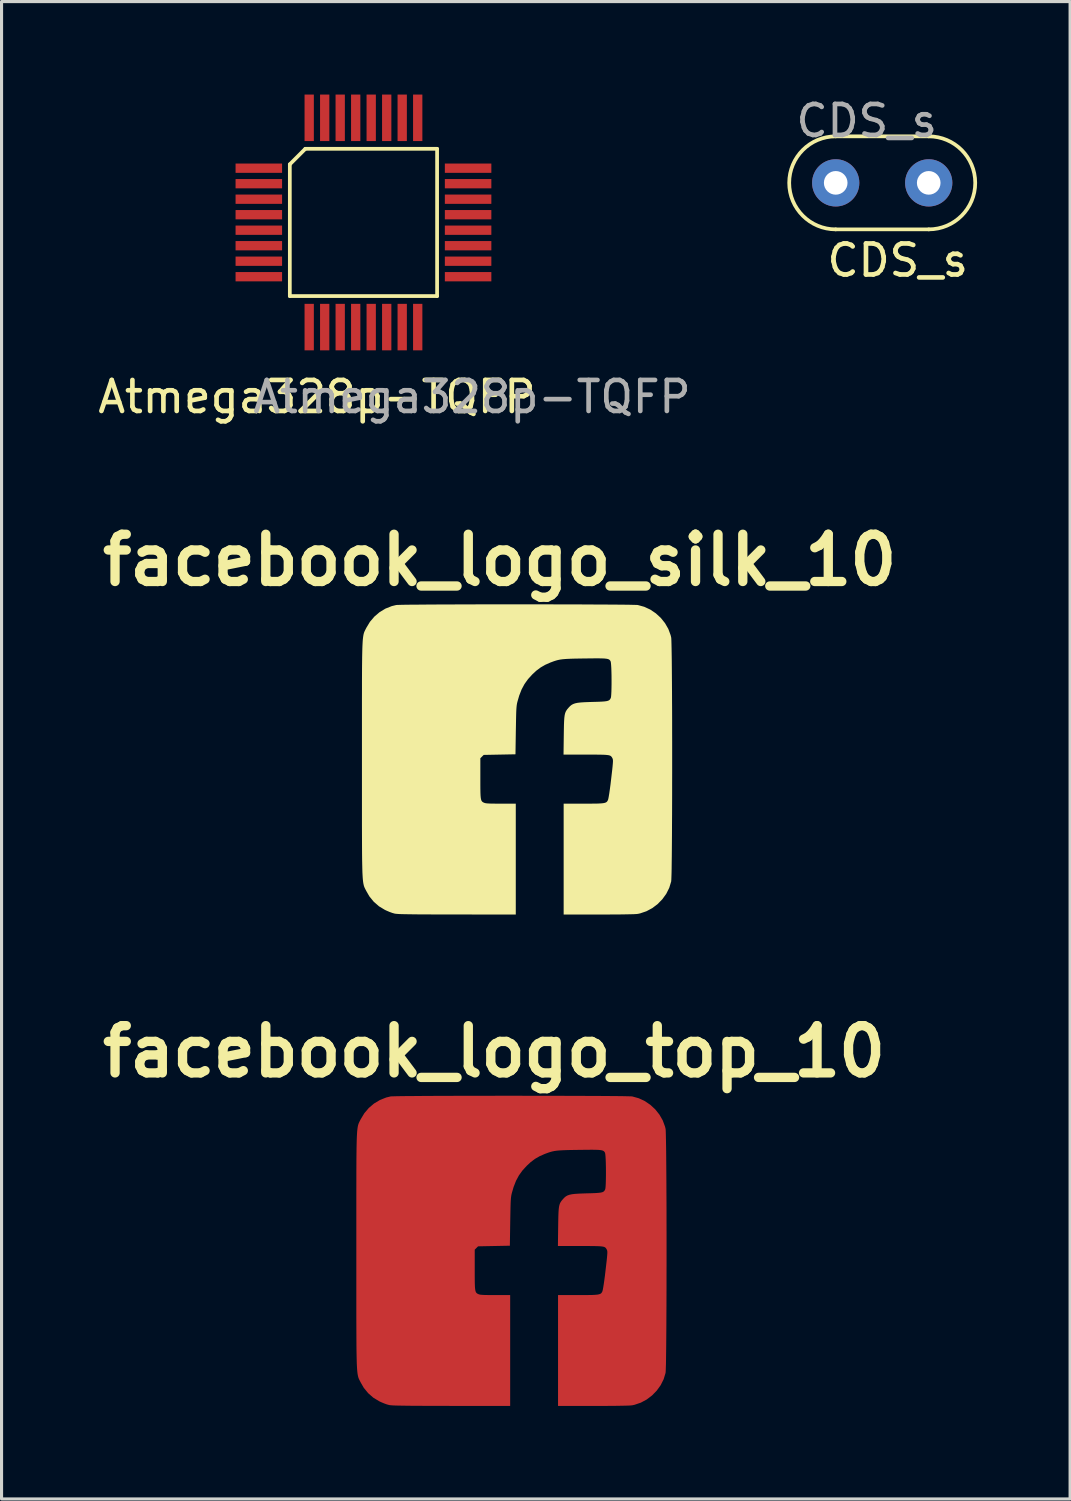
<source format=kicad_pcb>
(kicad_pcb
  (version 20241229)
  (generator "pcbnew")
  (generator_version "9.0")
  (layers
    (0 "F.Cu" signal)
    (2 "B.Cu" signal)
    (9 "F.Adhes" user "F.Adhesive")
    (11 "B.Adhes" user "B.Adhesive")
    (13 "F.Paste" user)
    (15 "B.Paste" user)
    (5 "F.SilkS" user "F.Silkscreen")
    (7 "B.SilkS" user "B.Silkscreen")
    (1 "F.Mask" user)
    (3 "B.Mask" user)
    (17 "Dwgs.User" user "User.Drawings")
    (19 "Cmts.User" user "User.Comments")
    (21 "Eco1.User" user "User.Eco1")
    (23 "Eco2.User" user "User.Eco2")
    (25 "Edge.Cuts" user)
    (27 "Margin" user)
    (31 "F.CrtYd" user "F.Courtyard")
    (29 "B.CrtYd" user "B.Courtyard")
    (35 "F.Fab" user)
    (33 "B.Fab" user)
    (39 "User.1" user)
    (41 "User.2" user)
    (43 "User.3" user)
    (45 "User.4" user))
  (footprint "CDS_s"
    (layer "F.Cu")
    (at 25.405 2.848)
    (property "Reference" "CDS_s" (at 0.5 2.5 0) (unlocked yes) (layer "F.SilkS") (effects (font (size 1 1) (thickness 0.15))))
    (attr through_hole)
    (fp_line (start -1.5 1.5) (end 1.5 1.5) (stroke (width 0.12) (type solid)) (layer "F.SilkS"))
    (fp_line (start 1.5 -1.5) (end -1.5 -1.5) (stroke (width 0.12) (type solid)) (layer "F.SilkS"))
    (fp_arc (start -1.5 1.5) (mid -3 0) (end -1.5 -1.5) (stroke (width 0.12) (type solid)) (layer "F.SilkS"))
    (fp_arc (start 1.5 -1.5) (mid 3 0) (end 1.5 1.5) (stroke (width 0.12) (type solid)) (layer "F.SilkS"))
    (fp_text user "${REFERENCE}" (at -0.5 -2 0) (unlocked yes) (layer "F.Fab") (effects (font (size 1 1) (thickness 0.15))))
    (pad "1" thru_hole circle (at -1.5 0) (size 1.524 1.524) (drill 0.762) (layers "*.Cu" "*.Mask"))
    (pad "2" thru_hole circle (at 1.5 0) (size 1.524 1.524) (drill 0.762) (layers "*.Cu" "*.Mask")))
  (footprint "Atmega328p-TQFP"
    (layer "F.Cu")
    (at 8.673 4.125)
    (property "Reference" "Atmega328p-TQFP" (at -1.5 5.625 0) (unlocked yes) (layer "F.SilkS") (effects (font (size 1 1) (thickness 0.15))))
    (attr smd)
    (fp_line (start -2.375 -1.875) (end -2.375 2.375) (stroke (width 0.12) (type solid)) (layer "F.SilkS"))
    (fp_line (start -2.375 2.375) (end 2.375 2.375) (stroke (width 0.12) (type solid)) (layer "F.SilkS"))
    (fp_line (start -1.875 -2.375) (end -2.375 -1.875) (stroke (width 0.12) (type solid)) (layer "F.SilkS"))
    (fp_line (start 2.375 -2.375) (end -1.875 -2.375) (stroke (width 0.12) (type solid)) (layer "F.SilkS"))
    (fp_line (start 2.375 2.375) (end 2.375 -2.375) (stroke (width 0.12) (type solid)) (layer "F.SilkS"))
    (fp_text user "${REFERENCE}" (at 3.5 5.625 0) (unlocked yes) (layer "F.Fab") (effects (font (size 1 1) (thickness 0.15))))
    (pad "1" smd rect (at -3.375 -1.75) (size 1.5 0.3) (layers "F.Cu" "F.Mask" "F.Paste"))
    (pad "2" smd rect (at -3.375 -1.25) (size 1.5 0.3) (layers "F.Cu" "F.Mask" "F.Paste"))
    (pad "3" smd rect (at -3.375 -0.75) (size 1.5 0.3) (layers "F.Cu" "F.Mask" "F.Paste"))
    (pad "4" smd rect (at -3.375 -0.25) (size 1.5 0.3) (layers "F.Cu" "F.Mask" "F.Paste"))
    (pad "5" smd rect (at -3.375 0.25) (size 1.5 0.3) (layers "F.Cu" "F.Mask" "F.Paste"))
    (pad "6" smd rect (at -3.375 0.75) (size 1.5 0.3) (layers "F.Cu" "F.Mask" "F.Paste"))
    (pad "7" smd rect (at -3.375 1.25) (size 1.5 0.3) (layers "F.Cu" "F.Mask" "F.Paste"))
    (pad "8" smd rect (at -3.375 1.75) (size 1.5 0.3) (layers "F.Cu" "F.Mask" "F.Paste"))
    (pad "9" smd rect (at -1.75 3.375 90) (size 1.5 0.3) (layers "F.Cu" "F.Mask" "F.Paste"))
    (pad "10" smd rect (at -1.25 3.375 90) (size 1.5 0.3) (layers "F.Cu" "F.Mask" "F.Paste"))
    (pad "11" smd rect (at -0.75 3.375 90) (size 1.5 0.3) (layers "F.Cu" "F.Mask" "F.Paste"))
    (pad "12" smd rect (at -0.25 3.375 90) (size 1.5 0.3) (layers "F.Cu" "F.Mask" "F.Paste"))
    (pad "13" smd rect (at 0.25 3.375 90) (size 1.5 0.3) (layers "F.Cu" "F.Mask" "F.Paste"))
    (pad "14" smd rect (at 0.75 3.375 90) (size 1.5 0.3) (layers "F.Cu" "F.Mask" "F.Paste"))
    (pad "15" smd rect (at 1.25 3.375 90) (size 1.5 0.3) (layers "F.Cu" "F.Mask" "F.Paste"))
    (pad "16" smd rect (at 1.75 3.375 90) (size 1.5 0.3) (layers "F.Cu" "F.Mask" "F.Paste"))
    (pad "17" smd rect (at 3.375 1.75) (size 1.5 0.3) (layers "F.Cu" "F.Mask" "F.Paste"))
    (pad "18" smd rect (at 3.375 1.25) (size 1.5 0.3) (layers "F.Cu" "F.Mask" "F.Paste"))
    (pad "19" smd rect (at 3.375 0.75) (size 1.5 0.3) (layers "F.Cu" "F.Mask" "F.Paste"))
    (pad "20" smd rect (at 3.375 0.25) (size 1.5 0.3) (layers "F.Cu" "F.Mask" "F.Paste"))
    (pad "21" smd rect (at 3.375 -0.25) (size 1.5 0.3) (layers "F.Cu" "F.Mask" "F.Paste"))
    (pad "22" smd rect (at 3.375 -0.75) (size 1.5 0.3) (layers "F.Cu" "F.Mask" "F.Paste"))
    (pad "23" smd rect (at 3.375 -1.25) (size 1.5 0.3) (layers "F.Cu" "F.Mask" "F.Paste"))
    (pad "24" smd rect (at 3.375 -1.75) (size 1.5 0.3) (layers "F.Cu" "F.Mask" "F.Paste"))
    (pad "25" smd rect (at 1.75 -3.375 90) (size 1.5 0.3) (layers "F.Cu" "F.Mask" "F.Paste"))
    (pad "26" smd rect (at 1.25 -3.375 90) (size 1.5 0.3) (layers "F.Cu" "F.Mask" "F.Paste"))
    (pad "27" smd rect (at 0.75 -3.375 90) (size 1.5 0.3) (layers "F.Cu" "F.Mask" "F.Paste"))
    (pad "28" smd rect (at 0.25 -3.375 90) (size 1.5 0.3) (layers "F.Cu" "F.Mask" "F.Paste"))
    (pad "29" smd rect (at -0.25 -3.375 90) (size 1.5 0.3) (layers "F.Cu" "F.Mask" "F.Paste"))
    (pad "30" smd rect (at -0.75 -3.375 90) (size 1.5 0.3) (layers "F.Cu" "F.Mask" "F.Paste"))
    (pad "31" smd rect (at -1.25 -3.375 90) (size 1.5 0.3) (layers "F.Cu" "F.Mask" "F.Paste"))
    (pad "32" smd rect (at -1.75 -3.375 90) (size 1.5 0.3) (layers "F.Cu" "F.Mask" "F.Paste")))
  (footprint "facebook_logo_silk_10"
    (layer "F.Cu")
    (at 10.53 21.366)
    (property "Reference" "facebook_logo_silk_10" (at 2.54 -6.35 0) (layer "F.SilkS") (effects (font (size 1.524 1.524) (thickness 0.3))))
    (attr board_only exclude_from_pos_files exclude_from_bom)
    (fp_poly (pts (xy 3.522 -4.923) (xy 3.86 -4.923) (xy 4.193 -4.923) (xy 4.518 -4.922) (xy 4.834 -4.921) (xy 5.137 -4.921) (xy 5.426 -4.919) (xy 5.697 -4.918) (xy 5.95 -4.917) (xy 6.181 -4.915) (xy 6.388 -4.914) (xy 6.568 -4.912) (xy 6.721 -4.91) (xy 6.842 -4.907) (xy 6.93 -4.905) (xy 6.982 -4.903) (xy 6.995 -4.901) (xy 7.201 -4.844) (xy 7.395 -4.754) (xy 7.574 -4.633) (xy 7.734 -4.486) (xy 7.869 -4.317) (xy 7.976 -4.131) (xy 8.05 -3.931) (xy 8.068 -3.858) (xy 8.072 -3.82) (xy 8.075 -3.746) (xy 8.078 -3.637) (xy 8.081 -3.496) (xy 8.084 -3.326) (xy 8.087 -3.128) (xy 8.089 -2.905) (xy 8.091 -2.659) (xy 8.093 -2.393) (xy 8.095 -2.109) (xy 8.096 -1.81) (xy 8.098 -1.497) (xy 8.099 -1.173) (xy 8.099 -0.84) (xy 8.1 -0.501) (xy 8.1 -0.159) (xy 8.1 0.186) (xy 8.1 0.53) (xy 8.099 0.87) (xy 8.099 1.206) (xy 8.098 1.533) (xy 8.097 1.85) (xy 8.095 2.155) (xy 8.094 2.446) (xy 8.092 2.719) (xy 8.09 2.972) (xy 8.088 3.204) (xy 8.085 3.412) (xy 8.083 3.593) (xy 8.08 3.746) (xy 8.076 3.867) (xy 8.073 3.955) (xy 8.069 4.006) (xy 8.068 4.016) (xy 8.006 4.22) (xy 7.91 4.412) (xy 7.784 4.587) (xy 7.633 4.742) (xy 7.461 4.873) (xy 7.271 4.975) (xy 7.068 5.044) (xy 6.995 5.06) (xy 6.946 5.065) (xy 6.859 5.07) (xy 6.735 5.073) (xy 6.576 5.076) (xy 6.383 5.079) (xy 6.156 5.08) (xy 5.898 5.081) (xy 5.739 5.081) (xy 4.6 5.081) (xy 4.6 1.506) (xy 5.235 1.506) (xy 5.425 1.505) (xy 5.58 1.504) (xy 5.704 1.502) (xy 5.8 1.497) (xy 5.873 1.49) (xy 5.927 1.479) (xy 5.965 1.465) (xy 5.992 1.446) (xy 6.011 1.422) (xy 6.027 1.392) (xy 6.03 1.386) (xy 6.041 1.347) (xy 6.055 1.274) (xy 6.072 1.169) (xy 6.091 1.037) (xy 6.112 0.881) (xy 6.132 0.711) (xy 6.152 0.539) (xy 6.168 0.402) (xy 6.179 0.295) (xy 6.186 0.214) (xy 6.19 0.154) (xy 6.19 0.111) (xy 6.187 0.081) (xy 6.181 0.059) (xy 6.175 0.044) (xy 6.159 0.014) (xy 6.142 -0.01) (xy 6.122 -0.03) (xy 6.093 -0.046) (xy 6.053 -0.057) (xy 5.997 -0.065) (xy 5.921 -0.071) (xy 5.822 -0.074) (xy 5.696 -0.076) (xy 5.539 -0.077) (xy 5.348 -0.077) (xy 4.596 -0.077) (xy 4.604 -0.697) (xy 4.607 -0.886) (xy 4.61 -1.041) (xy 4.615 -1.165) (xy 4.622 -1.264) (xy 4.632 -1.343) (xy 4.646 -1.405) (xy 4.664 -1.456) (xy 4.688 -1.499) (xy 4.717 -1.541) (xy 4.754 -1.584) (xy 4.758 -1.589) (xy 4.804 -1.638) (xy 4.851 -1.677) (xy 4.904 -1.707) (xy 4.968 -1.73) (xy 5.048 -1.747) (xy 5.15 -1.759) (xy 5.277 -1.767) (xy 5.436 -1.773) (xy 5.528 -1.776) (xy 5.688 -1.78) (xy 5.814 -1.785) (xy 5.91 -1.792) (xy 5.981 -1.801) (xy 6.032 -1.814) (xy 6.068 -1.832) (xy 6.093 -1.855) (xy 6.111 -1.886) (xy 6.121 -1.905) (xy 6.129 -1.943) (xy 6.135 -2.013) (xy 6.14 -2.109) (xy 6.143 -2.225) (xy 6.145 -2.353) (xy 6.145 -2.489) (xy 6.144 -2.624) (xy 6.141 -2.754) (xy 6.137 -2.871) (xy 6.131 -2.968) (xy 6.124 -3.041) (xy 6.116 -3.081) (xy 6.115 -3.084) (xy 6.1 -3.11) (xy 6.082 -3.131) (xy 6.058 -3.148) (xy 6.023 -3.161) (xy 5.975 -3.17) (xy 5.908 -3.177) (xy 5.819 -3.18) (xy 5.704 -3.182) (xy 5.56 -3.181) (xy 5.383 -3.179) (xy 5.28 -3.178) (xy 5.08 -3.175) (xy 4.914 -3.172) (xy 4.776 -3.167) (xy 4.663 -3.161) (xy 4.568 -3.153) (xy 4.487 -3.142) (xy 4.414 -3.127) (xy 4.345 -3.108) (xy 4.275 -3.085) (xy 4.198 -3.056) (xy 4.175 -3.048) (xy 4.005 -2.973) (xy 3.858 -2.888) (xy 3.719 -2.784) (xy 3.592 -2.666) (xy 3.452 -2.513) (xy 3.338 -2.354) (xy 3.244 -2.179) (xy 3.167 -1.982) (xy 3.112 -1.793) (xy 3.101 -1.749) (xy 3.092 -1.705) (xy 3.085 -1.656) (xy 3.079 -1.598) (xy 3.074 -1.527) (xy 3.07 -1.438) (xy 3.067 -1.326) (xy 3.064 -1.188) (xy 3.061 -1.019) (xy 3.058 -0.858) (xy 3.046 -0.087) (xy 2.021 -0.067) (xy 1.967 -0.013) (xy 1.913 0.041) (xy 1.913 0.692) (xy 1.913 0.88) (xy 1.914 1.033) (xy 1.916 1.154) (xy 1.92 1.249) (xy 1.927 1.32) (xy 1.937 1.372) (xy 1.95 1.409) (xy 1.968 1.435) (xy 1.99 1.454) (xy 2.018 1.469) (xy 2.031 1.475) (xy 2.059 1.485) (xy 2.097 1.493) (xy 2.151 1.498) (xy 2.227 1.502) (xy 2.328 1.504) (xy 2.46 1.505) (xy 2.576 1.506) (xy 3.056 1.506) (xy 3.056 5.081) (xy 1.166 5.08) (xy 0.84 5.079) (xy 0.55 5.079) (xy 0.295 5.078) (xy 0.073 5.077) (xy -0.12 5.076) (xy -0.284 5.074) (xy -0.423 5.072) (xy -0.539 5.07) (xy -0.633 5.068) (xy -0.708 5.065) (xy -0.767 5.061) (xy -0.811 5.057) (xy -0.843 5.053) (xy -0.851 5.051) (xy -0.926 5.03) (xy -1.019 4.996) (xy -1.117 4.954) (xy -1.164 4.932) (xy -1.358 4.815) (xy -1.525 4.669) (xy -1.666 4.496) (xy -1.757 4.338) (xy -1.775 4.304) (xy -1.791 4.274) (xy -1.805 4.246) (xy -1.819 4.218) (xy -1.831 4.189) (xy -1.842 4.158) (xy -1.851 4.121) (xy -1.86 4.079) (xy -1.868 4.028) (xy -1.875 3.968) (xy -1.881 3.897) (xy -1.886 3.813) (xy -1.891 3.714) (xy -1.894 3.598) (xy -1.897 3.465) (xy -1.9 3.312) (xy -1.902 3.138) (xy -1.903 2.94) (xy -1.904 2.718) (xy -1.905 2.47) (xy -1.906 2.193) (xy -1.906 1.887) (xy -1.906 1.549) (xy -1.906 1.178) (xy -1.906 0.772) (xy -1.906 0.329) (xy -1.906 0.079) (xy -1.906 -0.383) (xy -1.906 -0.808) (xy -1.906 -1.197) (xy -1.906 -1.553) (xy -1.906 -1.875) (xy -1.905 -2.168) (xy -1.905 -2.431) (xy -1.904 -2.667) (xy -1.903 -2.877) (xy -1.901 -3.063) (xy -1.899 -3.227) (xy -1.896 -3.371) (xy -1.893 -3.495) (xy -1.889 -3.602) (xy -1.884 -3.694) (xy -1.879 -3.772) (xy -1.872 -3.837) (xy -1.865 -3.892) (xy -1.857 -3.939) (xy -1.848 -3.978) (xy -1.838 -4.011) (xy -1.827 -4.041) (xy -1.814 -4.068) (xy -1.801 -4.095) (xy -1.786 -4.124) (xy -1.77 -4.155) (xy -1.762 -4.171) (xy -1.647 -4.361) (xy -1.503 -4.53) (xy -1.335 -4.673) (xy -1.147 -4.786) (xy -0.943 -4.867) (xy -0.804 -4.901) (xy -0.77 -4.904) (xy -0.7 -4.906) (xy -0.595 -4.909) (xy -0.458 -4.911) (xy -0.291 -4.913) (xy -0.097 -4.914) (xy 0.122 -4.916) (xy 0.364 -4.918) (xy 0.627 -4.919) (xy 0.907 -4.92) (xy 1.203 -4.921) (xy 1.513 -4.922) (xy 1.834 -4.923) (xy 2.163 -4.923) (xy 2.499 -4.923) (xy 2.839 -4.924) (xy 3.181 -4.924)) (stroke (width 0) (type solid)) (fill yes) (layer "F.SilkS")))
  (footprint "facebook_logo_top_10"
    (layer "F.Cu")
    (at 10.349 37.216)
    (property "Reference" "facebook_logo_top_10" (at 2.54 -6.35 0) (layer "F.SilkS") (effects (font (size 1.524 1.524) (thickness 0.3))))
    (attr board_only exclude_from_pos_files exclude_from_bom)
    (fp_poly (pts (xy 3.522 -4.923) (xy 3.86 -4.923) (xy 4.193 -4.923) (xy 4.518 -4.922) (xy 4.834 -4.921) (xy 5.137 -4.921) (xy 5.426 -4.919) (xy 5.697 -4.918) (xy 5.95 -4.917) (xy 6.181 -4.915) (xy 6.388 -4.914) (xy 6.568 -4.912) (xy 6.721 -4.91) (xy 6.842 -4.907) (xy 6.93 -4.905) (xy 6.982 -4.903) (xy 6.995 -4.901) (xy 7.201 -4.844) (xy 7.395 -4.754) (xy 7.574 -4.633) (xy 7.734 -4.486) (xy 7.869 -4.317) (xy 7.976 -4.131) (xy 8.05 -3.931) (xy 8.068 -3.858) (xy 8.072 -3.82) (xy 8.075 -3.746) (xy 8.078 -3.637) (xy 8.081 -3.496) (xy 8.084 -3.326) (xy 8.087 -3.128) (xy 8.089 -2.905) (xy 8.091 -2.659) (xy 8.093 -2.393) (xy 8.095 -2.109) (xy 8.096 -1.81) (xy 8.098 -1.497) (xy 8.099 -1.173) (xy 8.099 -0.84) (xy 8.1 -0.501) (xy 8.1 -0.159) (xy 8.1 0.186) (xy 8.1 0.53) (xy 8.099 0.87) (xy 8.099 1.206) (xy 8.098 1.533) (xy 8.097 1.85) (xy 8.095 2.155) (xy 8.094 2.446) (xy 8.092 2.719) (xy 8.09 2.972) (xy 8.088 3.204) (xy 8.085 3.412) (xy 8.083 3.593) (xy 8.08 3.746) (xy 8.076 3.867) (xy 8.073 3.955) (xy 8.069 4.006) (xy 8.068 4.016) (xy 8.006 4.22) (xy 7.91 4.412) (xy 7.784 4.587) (xy 7.633 4.742) (xy 7.461 4.873) (xy 7.271 4.975) (xy 7.068 5.044) (xy 6.995 5.06) (xy 6.946 5.065) (xy 6.859 5.07) (xy 6.735 5.073) (xy 6.576 5.076) (xy 6.383 5.079) (xy 6.156 5.08) (xy 5.898 5.081) (xy 5.739 5.081) (xy 4.6 5.081) (xy 4.6 1.506) (xy 5.235 1.506) (xy 5.425 1.505) (xy 5.58 1.504) (xy 5.704 1.502) (xy 5.8 1.497) (xy 5.873 1.49) (xy 5.927 1.479) (xy 5.965 1.465) (xy 5.992 1.446) (xy 6.011 1.422) (xy 6.027 1.392) (xy 6.03 1.386) (xy 6.041 1.347) (xy 6.055 1.274) (xy 6.072 1.169) (xy 6.091 1.037) (xy 6.112 0.881) (xy 6.132 0.711) (xy 6.152 0.539) (xy 6.168 0.402) (xy 6.179 0.295) (xy 6.186 0.214) (xy 6.19 0.154) (xy 6.19 0.111) (xy 6.187 0.081) (xy 6.181 0.059) (xy 6.175 0.044) (xy 6.159 0.014) (xy 6.142 -0.01) (xy 6.122 -0.03) (xy 6.093 -0.046) (xy 6.053 -0.057) (xy 5.997 -0.065) (xy 5.921 -0.071) (xy 5.822 -0.074) (xy 5.696 -0.076) (xy 5.539 -0.077) (xy 5.348 -0.077) (xy 4.596 -0.077) (xy 4.604 -0.697) (xy 4.607 -0.886) (xy 4.61 -1.041) (xy 4.615 -1.165) (xy 4.622 -1.264) (xy 4.632 -1.343) (xy 4.646 -1.405) (xy 4.664 -1.456) (xy 4.688 -1.499) (xy 4.717 -1.541) (xy 4.754 -1.584) (xy 4.758 -1.589) (xy 4.804 -1.638) (xy 4.851 -1.677) (xy 4.904 -1.707) (xy 4.968 -1.73) (xy 5.048 -1.747) (xy 5.15 -1.759) (xy 5.277 -1.767) (xy 5.436 -1.773) (xy 5.528 -1.776) (xy 5.688 -1.78) (xy 5.814 -1.785) (xy 5.91 -1.792) (xy 5.981 -1.801) (xy 6.032 -1.814) (xy 6.068 -1.832) (xy 6.093 -1.855) (xy 6.111 -1.886) (xy 6.121 -1.905) (xy 6.129 -1.943) (xy 6.135 -2.013) (xy 6.14 -2.109) (xy 6.143 -2.225) (xy 6.145 -2.353) (xy 6.145 -2.489) (xy 6.144 -2.624) (xy 6.141 -2.754) (xy 6.137 -2.871) (xy 6.131 -2.968) (xy 6.124 -3.041) (xy 6.116 -3.081) (xy 6.115 -3.084) (xy 6.1 -3.11) (xy 6.082 -3.131) (xy 6.058 -3.148) (xy 6.023 -3.161) (xy 5.975 -3.17) (xy 5.908 -3.177) (xy 5.819 -3.18) (xy 5.704 -3.182) (xy 5.56 -3.181) (xy 5.383 -3.179) (xy 5.28 -3.178) (xy 5.08 -3.175) (xy 4.914 -3.172) (xy 4.776 -3.167) (xy 4.663 -3.161) (xy 4.568 -3.153) (xy 4.487 -3.142) (xy 4.414 -3.127) (xy 4.345 -3.108) (xy 4.275 -3.085) (xy 4.198 -3.056) (xy 4.175 -3.048) (xy 4.005 -2.973) (xy 3.858 -2.888) (xy 3.719 -2.784) (xy 3.592 -2.666) (xy 3.452 -2.513) (xy 3.338 -2.354) (xy 3.244 -2.179) (xy 3.167 -1.982) (xy 3.112 -1.793) (xy 3.101 -1.749) (xy 3.092 -1.705) (xy 3.085 -1.656) (xy 3.079 -1.598) (xy 3.074 -1.527) (xy 3.07 -1.438) (xy 3.067 -1.326) (xy 3.064 -1.188) (xy 3.061 -1.019) (xy 3.058 -0.858) (xy 3.046 -0.087) (xy 2.021 -0.067) (xy 1.967 -0.013) (xy 1.913 0.041) (xy 1.913 0.692) (xy 1.913 0.88) (xy 1.914 1.033) (xy 1.916 1.154) (xy 1.92 1.249) (xy 1.927 1.32) (xy 1.937 1.372) (xy 1.95 1.409) (xy 1.968 1.435) (xy 1.99 1.454) (xy 2.018 1.469) (xy 2.031 1.475) (xy 2.059 1.485) (xy 2.097 1.493) (xy 2.151 1.498) (xy 2.227 1.502) (xy 2.328 1.504) (xy 2.46 1.505) (xy 2.576 1.506) (xy 3.056 1.506) (xy 3.056 5.081) (xy 1.166 5.08) (xy 0.84 5.079) (xy 0.55 5.079) (xy 0.295 5.078) (xy 0.073 5.077) (xy -0.12 5.076) (xy -0.284 5.074) (xy -0.423 5.072) (xy -0.539 5.07) (xy -0.633 5.068) (xy -0.708 5.065) (xy -0.767 5.061) (xy -0.811 5.057) (xy -0.843 5.053) (xy -0.851 5.051) (xy -0.926 5.03) (xy -1.019 4.996) (xy -1.117 4.954) (xy -1.164 4.932) (xy -1.358 4.815) (xy -1.525 4.669) (xy -1.666 4.496) (xy -1.757 4.338) (xy -1.775 4.304) (xy -1.791 4.274) (xy -1.805 4.246) (xy -1.819 4.218) (xy -1.831 4.189) (xy -1.842 4.158) (xy -1.851 4.121) (xy -1.86 4.079) (xy -1.868 4.028) (xy -1.875 3.968) (xy -1.881 3.897) (xy -1.886 3.813) (xy -1.891 3.714) (xy -1.894 3.598) (xy -1.897 3.465) (xy -1.9 3.312) (xy -1.902 3.138) (xy -1.903 2.94) (xy -1.904 2.718) (xy -1.905 2.47) (xy -1.906 2.193) (xy -1.906 1.887) (xy -1.906 1.549) (xy -1.906 1.178) (xy -1.906 0.772) (xy -1.906 0.329) (xy -1.906 0.079) (xy -1.906 -0.383) (xy -1.906 -0.808) (xy -1.906 -1.197) (xy -1.906 -1.553) (xy -1.906 -1.875) (xy -1.905 -2.168) (xy -1.905 -2.431) (xy -1.904 -2.667) (xy -1.903 -2.877) (xy -1.901 -3.063) (xy -1.899 -3.227) (xy -1.896 -3.371) (xy -1.893 -3.495) (xy -1.889 -3.602) (xy -1.884 -3.694) (xy -1.879 -3.772) (xy -1.872 -3.837) (xy -1.865 -3.892) (xy -1.857 -3.939) (xy -1.848 -3.978) (xy -1.838 -4.011) (xy -1.827 -4.041) (xy -1.814 -4.068) (xy -1.801 -4.095) (xy -1.786 -4.124) (xy -1.77 -4.155) (xy -1.762 -4.171) (xy -1.647 -4.361) (xy -1.503 -4.53) (xy -1.335 -4.673) (xy -1.147 -4.786) (xy -0.943 -4.867) (xy -0.804 -4.901) (xy -0.77 -4.904) (xy -0.7 -4.906) (xy -0.595 -4.909) (xy -0.458 -4.911) (xy -0.291 -4.913) (xy -0.097 -4.914) (xy 0.122 -4.916) (xy 0.364 -4.918) (xy 0.627 -4.919) (xy 0.907 -4.92) (xy 1.203 -4.921) (xy 1.513 -4.922) (xy 1.834 -4.923) (xy 2.163 -4.923) (xy 2.499 -4.923) (xy 2.839 -4.924) (xy 3.181 -4.924)) (stroke (width 0) (type solid)) (fill yes) (layer "F.Cu")))
  (gr_rect
    (start -3 -3)
    (end 31.465 45.297)
    (stroke (width 0.1) (type default))
    (fill no)
    (layer "Edge.Cuts")))
</source>
